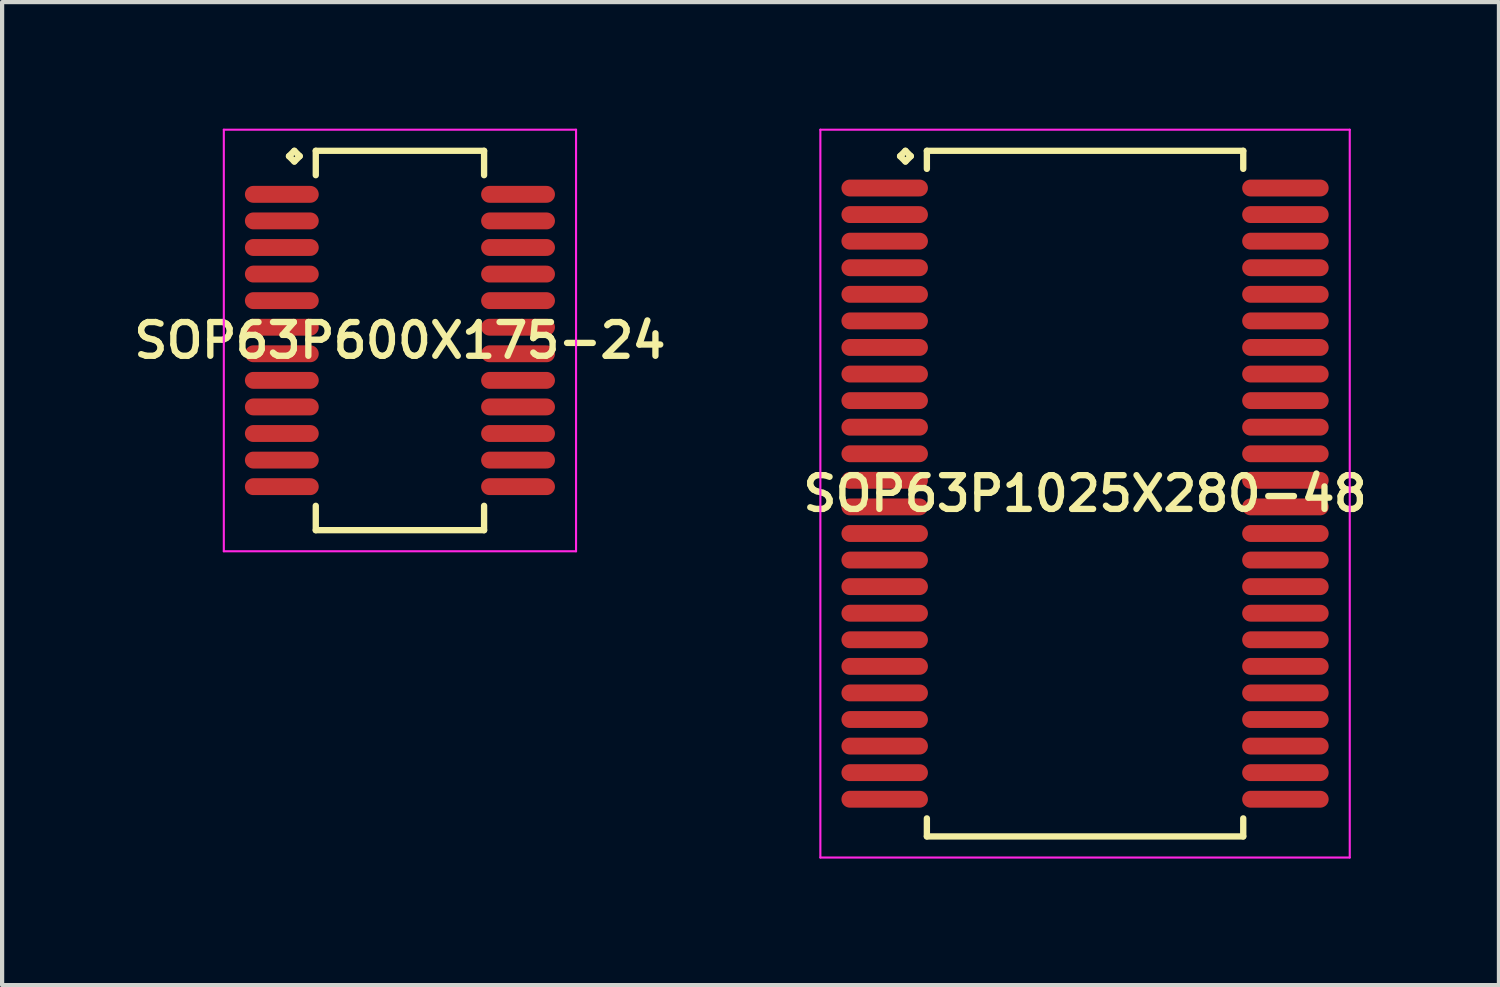
<source format=kicad_pcb>
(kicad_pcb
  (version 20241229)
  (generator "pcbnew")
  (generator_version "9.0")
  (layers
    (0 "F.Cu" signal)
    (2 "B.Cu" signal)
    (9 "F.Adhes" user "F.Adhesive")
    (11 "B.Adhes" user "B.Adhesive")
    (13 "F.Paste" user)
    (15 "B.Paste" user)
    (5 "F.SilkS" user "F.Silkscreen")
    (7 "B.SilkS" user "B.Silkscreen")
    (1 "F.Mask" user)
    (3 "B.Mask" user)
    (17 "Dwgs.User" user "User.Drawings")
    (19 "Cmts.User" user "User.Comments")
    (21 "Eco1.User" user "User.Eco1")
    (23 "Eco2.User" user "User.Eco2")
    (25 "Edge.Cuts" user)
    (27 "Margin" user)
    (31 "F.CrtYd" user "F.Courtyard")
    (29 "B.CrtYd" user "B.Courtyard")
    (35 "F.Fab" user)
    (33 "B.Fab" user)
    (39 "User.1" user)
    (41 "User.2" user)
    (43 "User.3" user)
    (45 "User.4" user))
  (footprint "SOP63P1025X280-48"
    (layer "F.Cu")
    (at 22.673 8.652)
    (property "Reference" "SOP63P1025X280-48" (at 0 0 0) (layer "F.SilkS") (effects (font (size 0.8 0.8) (thickness 0.15))))
    (attr smd)
    (fp_line (start -4.385 -8) (end -4.258 -8.127) (stroke (width 0.15) (type solid)) (layer "F.SilkS"))
    (fp_line (start -4.258 -8.127) (end -4.131 -8) (stroke (width 0.15) (type solid)) (layer "F.SilkS"))
    (fp_line (start -4.258 -7.873) (end -4.385 -8) (stroke (width 0.15) (type solid)) (layer "F.SilkS"))
    (fp_line (start -4.131 -8) (end -4.258 -7.873) (stroke (width 0.15) (type solid)) (layer "F.SilkS"))
    (fp_line (start -3.75 -8.127) (end 3.75 -8.127) (stroke (width 0.15) (type solid)) (layer "F.SilkS"))
    (fp_line (start -3.75 -7.699) (end -3.75 -8.127) (stroke (width 0.15) (type solid)) (layer "F.SilkS"))
    (fp_line (start -3.75 7.699) (end -3.75 8.127) (stroke (width 0.15) (type solid)) (layer "F.SilkS"))
    (fp_line (start -3.75 8.127) (end 3.75 8.127) (stroke (width 0.15) (type solid)) (layer "F.SilkS"))
    (fp_line (start 3.75 -8.127) (end 3.75 -7.699) (stroke (width 0.15) (type solid)) (layer "F.SilkS"))
    (fp_line (start 3.75 8.127) (end 3.75 7.699) (stroke (width 0.15) (type solid)) (layer "F.SilkS"))
    (fp_line (start -6.275 -8.627) (end 6.275 -8.627) (stroke (width 0.05) (type solid)) (layer "F.CrtYd"))
    (fp_line (start -6.275 8.627) (end -6.275 -8.627) (stroke (width 0.05) (type solid)) (layer "F.CrtYd"))
    (fp_line (start 6.275 -8.627) (end 6.275 8.627) (stroke (width 0.05) (type solid)) (layer "F.CrtYd"))
    (fp_line (start 6.275 8.627) (end -6.275 8.627) (stroke (width 0.05) (type solid)) (layer "F.CrtYd"))
    (pad "1" smd oval (at -4.75 -7.245) (size 2.05 0.4) (layers "F.Cu" "F.Mask" "F.Paste"))
    (pad "2" smd oval (at -4.75 -6.615) (size 2.05 0.4) (layers "F.Cu" "F.Mask" "F.Paste"))
    (pad "3" smd oval (at -4.75 -5.985) (size 2.05 0.4) (layers "F.Cu" "F.Mask" "F.Paste"))
    (pad "4" smd oval (at -4.75 -5.355) (size 2.05 0.4) (layers "F.Cu" "F.Mask" "F.Paste"))
    (pad "5" smd oval (at -4.75 -4.725) (size 2.05 0.4) (layers "F.Cu" "F.Mask" "F.Paste"))
    (pad "6" smd oval (at -4.75 -4.095) (size 2.05 0.4) (layers "F.Cu" "F.Mask" "F.Paste"))
    (pad "7" smd oval (at -4.75 -3.465) (size 2.05 0.4) (layers "F.Cu" "F.Mask" "F.Paste"))
    (pad "8" smd oval (at -4.75 -2.835) (size 2.05 0.4) (layers "F.Cu" "F.Mask" "F.Paste"))
    (pad "9" smd oval (at -4.75 -2.205) (size 2.05 0.4) (layers "F.Cu" "F.Mask" "F.Paste"))
    (pad "10" smd oval (at -4.75 -1.575) (size 2.05 0.4) (layers "F.Cu" "F.Mask" "F.Paste"))
    (pad "11" smd oval (at -4.75 -0.945) (size 2.05 0.4) (layers "F.Cu" "F.Mask" "F.Paste"))
    (pad "12" smd oval (at -4.75 -0.315) (size 2.05 0.4) (layers "F.Cu" "F.Mask" "F.Paste"))
    (pad "13" smd oval (at -4.75 0.315) (size 2.05 0.4) (layers "F.Cu" "F.Mask" "F.Paste"))
    (pad "14" smd oval (at -4.75 0.945) (size 2.05 0.4) (layers "F.Cu" "F.Mask" "F.Paste"))
    (pad "15" smd oval (at -4.75 1.575) (size 2.05 0.4) (layers "F.Cu" "F.Mask" "F.Paste"))
    (pad "16" smd oval (at -4.75 2.205) (size 2.05 0.4) (layers "F.Cu" "F.Mask" "F.Paste"))
    (pad "17" smd oval (at -4.75 2.835) (size 2.05 0.4) (layers "F.Cu" "F.Mask" "F.Paste"))
    (pad "18" smd oval (at -4.75 3.465) (size 2.05 0.4) (layers "F.Cu" "F.Mask" "F.Paste"))
    (pad "19" smd oval (at -4.75 4.095) (size 2.05 0.4) (layers "F.Cu" "F.Mask" "F.Paste"))
    (pad "20" smd oval (at -4.75 4.725) (size 2.05 0.4) (layers "F.Cu" "F.Mask" "F.Paste"))
    (pad "21" smd oval (at -4.75 5.355) (size 2.05 0.4) (layers "F.Cu" "F.Mask" "F.Paste"))
    (pad "22" smd oval (at -4.75 5.985) (size 2.05 0.4) (layers "F.Cu" "F.Mask" "F.Paste"))
    (pad "23" smd oval (at -4.75 6.615) (size 2.05 0.4) (layers "F.Cu" "F.Mask" "F.Paste"))
    (pad "24" smd oval (at -4.75 7.245) (size 2.05 0.4) (layers "F.Cu" "F.Mask" "F.Paste"))
    (pad "25" smd oval (at 4.75 7.245) (size 2.05 0.4) (layers "F.Cu" "F.Mask" "F.Paste"))
    (pad "26" smd oval (at 4.75 6.615) (size 2.05 0.4) (layers "F.Cu" "F.Mask" "F.Paste"))
    (pad "27" smd oval (at 4.75 5.985) (size 2.05 0.4) (layers "F.Cu" "F.Mask" "F.Paste"))
    (pad "28" smd oval (at 4.75 5.355) (size 2.05 0.4) (layers "F.Cu" "F.Mask" "F.Paste"))
    (pad "29" smd oval (at 4.75 4.725) (size 2.05 0.4) (layers "F.Cu" "F.Mask" "F.Paste"))
    (pad "30" smd oval (at 4.75 4.095) (size 2.05 0.4) (layers "F.Cu" "F.Mask" "F.Paste"))
    (pad "31" smd oval (at 4.75 3.465) (size 2.05 0.4) (layers "F.Cu" "F.Mask" "F.Paste"))
    (pad "32" smd oval (at 4.75 2.835) (size 2.05 0.4) (layers "F.Cu" "F.Mask" "F.Paste"))
    (pad "33" smd oval (at 4.75 2.205) (size 2.05 0.4) (layers "F.Cu" "F.Mask" "F.Paste"))
    (pad "34" smd oval (at 4.75 1.575) (size 2.05 0.4) (layers "F.Cu" "F.Mask" "F.Paste"))
    (pad "35" smd oval (at 4.75 0.945) (size 2.05 0.4) (layers "F.Cu" "F.Mask" "F.Paste"))
    (pad "36" smd oval (at 4.75 0.315) (size 2.05 0.4) (layers "F.Cu" "F.Mask" "F.Paste"))
    (pad "37" smd oval (at 4.75 -0.315) (size 2.05 0.4) (layers "F.Cu" "F.Mask" "F.Paste"))
    (pad "38" smd oval (at 4.75 -0.945) (size 2.05 0.4) (layers "F.Cu" "F.Mask" "F.Paste"))
    (pad "39" smd oval (at 4.75 -1.575) (size 2.05 0.4) (layers "F.Cu" "F.Mask" "F.Paste"))
    (pad "40" smd oval (at 4.75 -2.205) (size 2.05 0.4) (layers "F.Cu" "F.Mask" "F.Paste"))
    (pad "41" smd oval (at 4.75 -2.835) (size 2.05 0.4) (layers "F.Cu" "F.Mask" "F.Paste"))
    (pad "42" smd oval (at 4.75 -3.465) (size 2.05 0.4) (layers "F.Cu" "F.Mask" "F.Paste"))
    (pad "43" smd oval (at 4.75 -4.095) (size 2.05 0.4) (layers "F.Cu" "F.Mask" "F.Paste"))
    (pad "44" smd oval (at 4.75 -4.725) (size 2.05 0.4) (layers "F.Cu" "F.Mask" "F.Paste"))
    (pad "45" smd oval (at 4.75 -5.355) (size 2.05 0.4) (layers "F.Cu" "F.Mask" "F.Paste"))
    (pad "46" smd oval (at 4.75 -5.985) (size 2.05 0.4) (layers "F.Cu" "F.Mask" "F.Paste"))
    (pad "47" smd oval (at 4.75 -6.615) (size 2.05 0.4) (layers "F.Cu" "F.Mask" "F.Paste"))
    (pad "48" smd oval (at 4.75 -7.245) (size 2.05 0.4) (layers "F.Cu" "F.Mask" "F.Paste")))
  (footprint "SOP63P600X175-24"
    (layer "F.Cu")
    (at 6.431 5.022)
    (property "Reference" "SOP63P600X175-24" (at 0 0 0) (layer "F.SilkS") (effects (font (size 0.8 0.8) (thickness 0.15))))
    (attr smd)
    (fp_line (start -2.63 -4.37) (end -2.503 -4.497) (stroke (width 0.15) (type solid)) (layer "F.SilkS"))
    (fp_line (start -2.503 -4.497) (end -2.376 -4.37) (stroke (width 0.15) (type solid)) (layer "F.SilkS"))
    (fp_line (start -2.503 -4.243) (end -2.63 -4.37) (stroke (width 0.15) (type solid)) (layer "F.SilkS"))
    (fp_line (start -2.376 -4.37) (end -2.503 -4.243) (stroke (width 0.15) (type solid)) (layer "F.SilkS"))
    (fp_line (start -1.995 -4.497) (end 1.995 -4.497) (stroke (width 0.15) (type solid)) (layer "F.SilkS"))
    (fp_line (start -1.995 -3.919) (end -1.995 -4.497) (stroke (width 0.15) (type solid)) (layer "F.SilkS"))
    (fp_line (start -1.995 3.919) (end -1.995 4.497) (stroke (width 0.15) (type solid)) (layer "F.SilkS"))
    (fp_line (start -1.995 4.497) (end 1.995 4.497) (stroke (width 0.15) (type solid)) (layer "F.SilkS"))
    (fp_line (start 1.995 -4.497) (end 1.995 -3.919) (stroke (width 0.15) (type solid)) (layer "F.SilkS"))
    (fp_line (start 1.995 4.497) (end 1.995 3.919) (stroke (width 0.15) (type solid)) (layer "F.SilkS"))
    (fp_line (start -4.175 -4.997) (end 4.175 -4.997) (stroke (width 0.05) (type solid)) (layer "F.CrtYd"))
    (fp_line (start -4.175 4.997) (end -4.175 -4.997) (stroke (width 0.05) (type solid)) (layer "F.CrtYd"))
    (fp_line (start 4.175 -4.997) (end 4.175 4.997) (stroke (width 0.05) (type solid)) (layer "F.CrtYd"))
    (fp_line (start 4.175 4.997) (end -4.175 4.997) (stroke (width 0.05) (type solid)) (layer "F.CrtYd"))
    (pad "1" smd oval (at -2.8 -3.465) (size 1.75 0.4) (layers "F.Cu" "F.Mask" "F.Paste"))
    (pad "2" smd oval (at -2.8 -2.835) (size 1.75 0.4) (layers "F.Cu" "F.Mask" "F.Paste"))
    (pad "3" smd oval (at -2.8 -2.205) (size 1.75 0.4) (layers "F.Cu" "F.Mask" "F.Paste"))
    (pad "4" smd oval (at -2.8 -1.575) (size 1.75 0.4) (layers "F.Cu" "F.Mask" "F.Paste"))
    (pad "5" smd oval (at -2.8 -0.945) (size 1.75 0.4) (layers "F.Cu" "F.Mask" "F.Paste"))
    (pad "6" smd oval (at -2.8 -0.315) (size 1.75 0.4) (layers "F.Cu" "F.Mask" "F.Paste"))
    (pad "7" smd oval (at -2.8 0.315) (size 1.75 0.4) (layers "F.Cu" "F.Mask" "F.Paste"))
    (pad "8" smd oval (at -2.8 0.945) (size 1.75 0.4) (layers "F.Cu" "F.Mask" "F.Paste"))
    (pad "9" smd oval (at -2.8 1.575) (size 1.75 0.4) (layers "F.Cu" "F.Mask" "F.Paste"))
    (pad "10" smd oval (at -2.8 2.205) (size 1.75 0.4) (layers "F.Cu" "F.Mask" "F.Paste"))
    (pad "11" smd oval (at -2.8 2.835) (size 1.75 0.4) (layers "F.Cu" "F.Mask" "F.Paste"))
    (pad "12" smd oval (at -2.8 3.465) (size 1.75 0.4) (layers "F.Cu" "F.Mask" "F.Paste"))
    (pad "13" smd oval (at 2.8 3.465) (size 1.75 0.4) (layers "F.Cu" "F.Mask" "F.Paste"))
    (pad "14" smd oval (at 2.8 2.835) (size 1.75 0.4) (layers "F.Cu" "F.Mask" "F.Paste"))
    (pad "15" smd oval (at 2.8 2.205) (size 1.75 0.4) (layers "F.Cu" "F.Mask" "F.Paste"))
    (pad "16" smd oval (at 2.8 1.575) (size 1.75 0.4) (layers "F.Cu" "F.Mask" "F.Paste"))
    (pad "17" smd oval (at 2.8 0.945) (size 1.75 0.4) (layers "F.Cu" "F.Mask" "F.Paste"))
    (pad "18" smd oval (at 2.8 0.315) (size 1.75 0.4) (layers "F.Cu" "F.Mask" "F.Paste"))
    (pad "19" smd oval (at 2.8 -0.315) (size 1.75 0.4) (layers "F.Cu" "F.Mask" "F.Paste"))
    (pad "20" smd oval (at 2.8 -0.945) (size 1.75 0.4) (layers "F.Cu" "F.Mask" "F.Paste"))
    (pad "21" smd oval (at 2.8 -1.575) (size 1.75 0.4) (layers "F.Cu" "F.Mask" "F.Paste"))
    (pad "22" smd oval (at 2.8 -2.205) (size 1.75 0.4) (layers "F.Cu" "F.Mask" "F.Paste"))
    (pad "23" smd oval (at 2.8 -2.835) (size 1.75 0.4) (layers "F.Cu" "F.Mask" "F.Paste"))
    (pad "24" smd oval (at 2.8 -3.465) (size 1.75 0.4) (layers "F.Cu" "F.Mask" "F.Paste")))
  (gr_rect
    (start -3 -3)
    (end 32.485 20.304)
    (stroke (width 0.1) (type default))
    (fill no)
    (layer "Edge.Cuts")))
</source>
